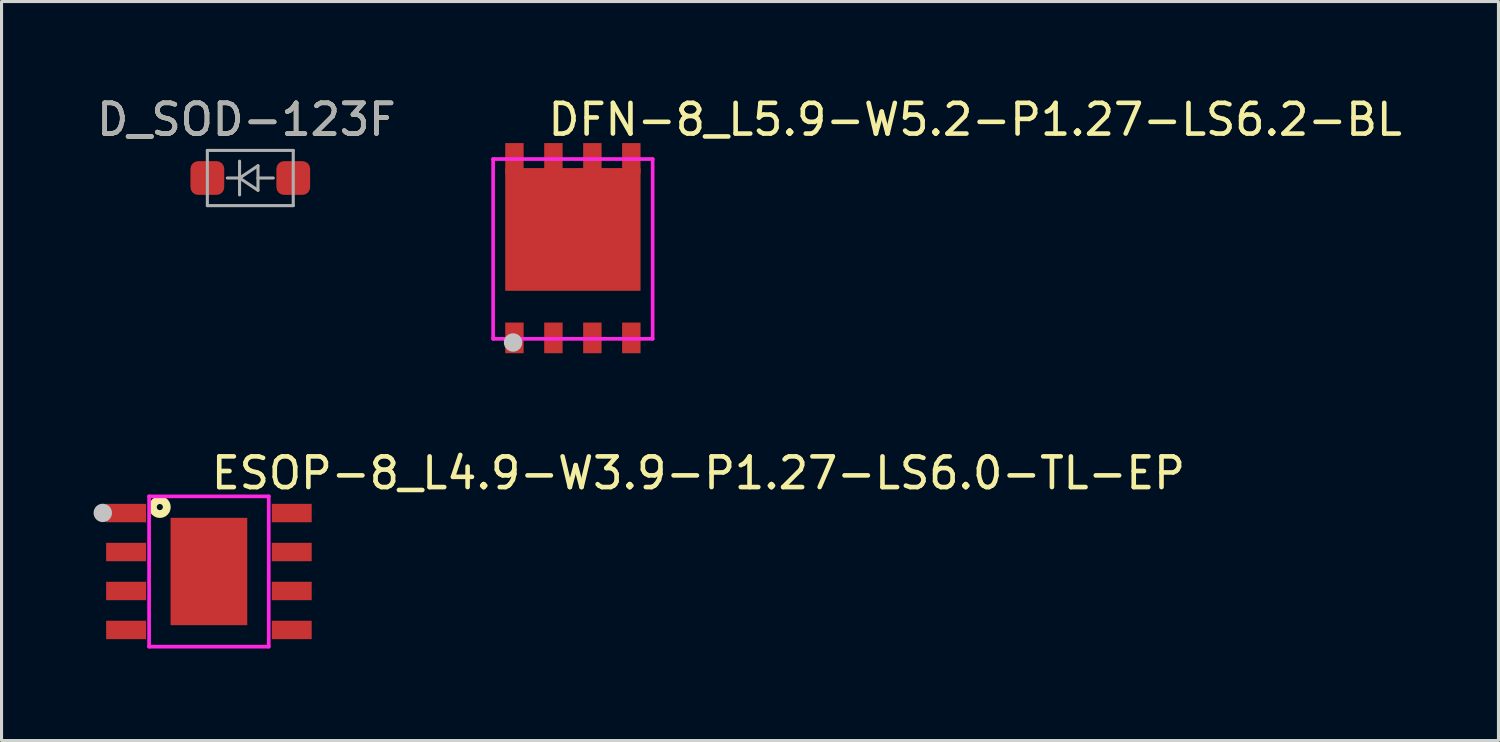
<source format=kicad_pcb>
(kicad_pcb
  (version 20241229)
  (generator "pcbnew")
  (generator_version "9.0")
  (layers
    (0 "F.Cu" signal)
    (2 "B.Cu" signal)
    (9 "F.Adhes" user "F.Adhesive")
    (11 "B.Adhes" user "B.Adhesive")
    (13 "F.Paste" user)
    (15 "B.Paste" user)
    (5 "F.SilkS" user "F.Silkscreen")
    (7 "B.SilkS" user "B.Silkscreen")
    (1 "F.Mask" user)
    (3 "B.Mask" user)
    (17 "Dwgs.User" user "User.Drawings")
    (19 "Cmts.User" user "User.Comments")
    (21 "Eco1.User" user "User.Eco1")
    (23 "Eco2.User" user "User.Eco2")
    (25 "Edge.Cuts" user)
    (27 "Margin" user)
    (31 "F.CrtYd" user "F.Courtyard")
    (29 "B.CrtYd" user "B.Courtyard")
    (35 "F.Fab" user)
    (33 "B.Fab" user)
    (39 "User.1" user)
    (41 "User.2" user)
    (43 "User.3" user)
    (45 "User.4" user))
  (footprint "DFN-8_L5.9-W5.2-P1.27-LS6.2-BL"
    (layer "F.Cu")
    (at 15.624 5.039)
    (property "Reference" "DFN-8_L5.9-W5.2-P1.27-LS6.2-BL" (at -0.889 -4.191 0) (layer "F.SilkS") (effects (font (size 1 1) (thickness 0.15)) (justify left)))
    (attr through_hole)
    (fp_poly (pts (xy -2.205 3.425) (xy -1.605 3.425) (xy -1.605 2.425) (xy -2.205 2.425)) (stroke (width 0.12) (type solid)) (fill yes) (layer "F.Paste"))
    (fp_poly (pts (xy -0.935 3.425) (xy -0.335 3.425) (xy -0.335 2.425) (xy -0.935 2.425)) (stroke (width 0.12) (type solid)) (fill yes) (layer "F.Paste"))
    (fp_poly (pts (xy 0.335 3.425) (xy 0.935 3.425) (xy 0.935 2.425) (xy 0.335 2.425)) (stroke (width 0.12) (type solid)) (fill yes) (layer "F.Paste"))
    (fp_poly (pts (xy 1.605 3.425) (xy 2.205 3.425) (xy 2.205 2.425) (xy 1.605 2.425)) (stroke (width 0.12) (type solid)) (fill yes) (layer "F.Paste"))
    (fp_poly (pts (xy 2.205 -3.425) (xy 1.605 -3.425) (xy 1.605 -2.61) (xy 0.935 -2.61) (xy 0.935 -3.425) (xy 0.335 -3.425) (xy 0.335 -2.61) (xy -0.335 -2.61) (xy -0.335 -3.425) (xy -0.935 -3.425) (xy -0.935 -2.61) (xy -1.605 -2.61) (xy -1.605 -3.425) (xy -2.205 -3.425) (xy -2.205 1.39) (xy 2.205 1.39)) (stroke (width 0.12) (type solid)) (fill yes) (layer "F.Paste"))
    (fp_circle (center -1.95 3.075) (end -1.8 3.075) (stroke (width 0.3) (type solid)) (fill no) (layer "Dwgs.User"))
    (fp_circle (center -2.6 3.075) (end -2.57 3.075) (stroke (width 0.06) (type solid)) (fill no) (layer "Eco2.User"))
    (fp_poly (pts (xy -2.125 1.27) (xy -2.125 -2.55) (xy 2.125 -2.55) (xy 2.125 1.27)) (stroke (width 0.12) (type solid)) (fill no) (layer "Eco2.User"))
    (fp_poly (pts (xy -2.105 -3.075) (xy -1.705 -3.075) (xy -1.705 -2.475) (xy -2.105 -2.475)) (stroke (width 0.12) (type solid)) (fill no) (layer "Eco2.User"))
    (fp_poly (pts (xy -2.105 2.475) (xy -1.705 2.475) (xy -1.705 3.075) (xy -2.105 3.075)) (stroke (width 0.12) (type solid)) (fill no) (layer "Eco2.User"))
    (fp_poly (pts (xy -0.835 -3.075) (xy -0.435 -3.075) (xy -0.435 -2.475) (xy -0.835 -2.475)) (stroke (width 0.12) (type solid)) (fill no) (layer "Eco2.User"))
    (fp_poly (pts (xy -0.835 2.475) (xy -0.435 2.475) (xy -0.435 3.075) (xy -0.835 3.075)) (stroke (width 0.12) (type solid)) (fill no) (layer "Eco2.User"))
    (fp_poly (pts (xy 0.435 -3.075) (xy 0.835 -3.075) (xy 0.835 -2.475) (xy 0.435 -2.475)) (stroke (width 0.12) (type solid)) (fill no) (layer "Eco2.User"))
    (fp_poly (pts (xy 0.435 2.475) (xy 0.835 2.475) (xy 0.835 3.075) (xy 0.435 3.075)) (stroke (width 0.12) (type solid)) (fill no) (layer "Eco2.User"))
    (fp_poly (pts (xy 1.705 -3.075) (xy 2.105 -3.075) (xy 2.105 -2.475) (xy 1.705 -2.475)) (stroke (width 0.12) (type solid)) (fill no) (layer "Eco2.User"))
    (fp_poly (pts (xy 1.705 2.475) (xy 2.105 2.475) (xy 2.105 3.075) (xy 1.705 3.075)) (stroke (width 0.12) (type solid)) (fill no) (layer "Eco2.User"))
    (fp_line (start -2.6 -2.905) (end 2.6 -2.905) (stroke (width 0.12) (type solid)) (layer "F.CrtYd"))
    (fp_line (start -2.6 2.955) (end -2.6 -2.905) (stroke (width 0.12) (type solid)) (layer "F.CrtYd"))
    (fp_line (start 2.6 -2.905) (end 2.6 2.955) (stroke (width 0.12) (type solid)) (layer "F.CrtYd"))
    (fp_line (start 2.6 2.955) (end -2.6 2.955) (stroke (width 0.12) (type solid)) (layer "F.CrtYd"))
    (pad "1" smd rect (at -1.905 2.925) (size 0.6 1) (layers "F.Cu" "F.Mask" "F.Paste"))
    (pad "2" smd rect (at -0.635 2.925) (size 0.6 1) (layers "F.Cu" "F.Mask" "F.Paste"))
    (pad "3" smd rect (at 0.635 2.925) (size 0.6 1) (layers "F.Cu" "F.Mask" "F.Paste"))
    (pad "4" smd rect (at 1.905 2.925) (size 0.6 1) (layers "F.Cu" "F.Mask" "F.Paste"))
    (pad "5" smd rect (at 1.905 -2.925) (size 0.6 1) (layers "F.Cu" "F.Mask" "F.Paste"))
    (pad "6" smd rect (at 0.635 -2.925) (size 0.6 1) (layers "F.Cu" "F.Mask" "F.Paste"))
    (pad "7" smd rect (at -0.635 -2.925) (size 0.6 1) (layers "F.Cu" "F.Mask" "F.Paste"))
    (pad "8" smd rect (at -1.905 -2.925) (size 0.6 1) (layers "F.Cu" "F.Mask" "F.Paste"))
    (pad "9" smd rect (at 0 -0.61) (size 4.41 4) (layers "F.Cu" "F.Mask" "F.Paste")))
  (footprint "D_SOD-123F"
    (layer "F.Cu")
    (at 5.109 2.753)
    (property "Reference" "D_SOD-123F" (at -0.127 -1.905 0) (layer "F.SilkS") (effects (font (size 1 1) (thickness 0.15))))
    (attr smd)
    (fp_line (start -1.4 -0.9) (end 1.4 -0.9) (stroke (width 0.1) (type solid)) (layer "F.Fab"))
    (fp_line (start -1.4 0.9) (end -1.4 -0.9) (stroke (width 0.1) (type solid)) (layer "F.Fab"))
    (fp_line (start -0.75 0) (end -0.35 0) (stroke (width 0.1) (type solid)) (layer "F.Fab"))
    (fp_line (start -0.35 0) (end -0.35 -0.55) (stroke (width 0.1) (type solid)) (layer "F.Fab"))
    (fp_line (start -0.35 0) (end -0.35 0.55) (stroke (width 0.1) (type solid)) (layer "F.Fab"))
    (fp_line (start -0.35 0) (end 0.25 -0.4) (stroke (width 0.1) (type solid)) (layer "F.Fab"))
    (fp_line (start 0.25 -0.4) (end 0.25 0.4) (stroke (width 0.1) (type solid)) (layer "F.Fab"))
    (fp_line (start 0.25 0) (end 0.75 0) (stroke (width 0.1) (type solid)) (layer "F.Fab"))
    (fp_line (start 0.25 0.4) (end -0.35 0) (stroke (width 0.1) (type solid)) (layer "F.Fab"))
    (fp_line (start 1.4 -0.9) (end 1.4 0.9) (stroke (width 0.1) (type solid)) (layer "F.Fab"))
    (fp_line (start 1.4 0.9) (end -1.4 0.9) (stroke (width 0.1) (type solid)) (layer "F.Fab"))
    (fp_text user "${REFERENCE}" (at -0.127 -1.905 0) (layer "F.Fab") (effects (font (size 1 1) (thickness 0.15))))
    (pad "1" smd roundrect (at -1.4 0) (size 1.1 1.1) (layers "F.Cu" "F.Mask" "F.Paste") (roundrect_rratio 0.227))
    (pad "2" smd roundrect (at 1.4 0) (size 1.1 1.1) (layers "F.Cu" "F.Mask" "F.Paste") (roundrect_rratio 0.227)))
  (footprint "ESOP-8_L4.9-W3.9-P1.27-LS6.0-TL-EP"
    (layer "F.Cu")
    (at 3.76 15.579)
    (property "Reference" "ESOP-8_L4.9-W3.9-P1.27-LS6.0-TL-EP" (at 0 -3.207 0) (layer "F.SilkS") (effects (font (size 1 1) (thickness 0.15)) (justify left)))
    (attr through_hole)
    (fp_circle (center -1.6 -2.1) (end -1.5 -2.1) (stroke (width 0.254) (type solid)) (fill no) (layer "F.SilkS"))
    (fp_circle (center -3.46 -1.91) (end -3.31 -1.91) (stroke (width 0.3) (type solid)) (fill no) (layer "Dwgs.User"))
    (fp_line (start -2.175 -2.115) (end -1.94 -2.115) (stroke (width 0.12) (type solid)) (layer "Eco2.User"))
    (fp_line (start -2.175 -1.695) (end -2.175 -2.115) (stroke (width 0.12) (type solid)) (layer "Eco2.User"))
    (fp_line (start -2.175 -0.845) (end -1.94 -0.845) (stroke (width 0.12) (type solid)) (layer "Eco2.User"))
    (fp_line (start -2.175 -0.425) (end -2.175 -0.845) (stroke (width 0.12) (type solid)) (layer "Eco2.User"))
    (fp_line (start -2.175 0.425) (end -1.94 0.425) (stroke (width 0.12) (type solid)) (layer "Eco2.User"))
    (fp_line (start -2.175 0.845) (end -2.175 0.425) (stroke (width 0.12) (type solid)) (layer "Eco2.User"))
    (fp_line (start -2.175 1.695) (end -1.94 1.695) (stroke (width 0.12) (type solid)) (layer "Eco2.User"))
    (fp_line (start -2.175 2.115) (end -2.175 1.695) (stroke (width 0.12) (type solid)) (layer "Eco2.User"))
    (fp_line (start -1.94 -2.115) (end -1.94 -1.695) (stroke (width 0.12) (type solid)) (layer "Eco2.User"))
    (fp_line (start -1.94 -1.695) (end -2.175 -1.695) (stroke (width 0.12) (type solid)) (layer "Eco2.User"))
    (fp_line (start -1.94 -0.845) (end -1.94 -0.425) (stroke (width 0.12) (type solid)) (layer "Eco2.User"))
    (fp_line (start -1.94 -0.425) (end -2.175 -0.425) (stroke (width 0.12) (type solid)) (layer "Eco2.User"))
    (fp_line (start -1.94 0.425) (end -1.94 0.845) (stroke (width 0.12) (type solid)) (layer "Eco2.User"))
    (fp_line (start -1.94 0.845) (end -2.175 0.845) (stroke (width 0.12) (type solid)) (layer "Eco2.User"))
    (fp_line (start -1.94 1.695) (end -1.94 2.115) (stroke (width 0.12) (type solid)) (layer "Eco2.User"))
    (fp_line (start -1.94 2.115) (end -2.175 2.115) (stroke (width 0.12) (type solid)) (layer "Eco2.User"))
    (fp_line (start 1.94 -2.115) (end 2.175 -2.115) (stroke (width 0.12) (type solid)) (layer "Eco2.User"))
    (fp_line (start 1.94 -1.695) (end 1.94 -2.115) (stroke (width 0.12) (type solid)) (layer "Eco2.User"))
    (fp_line (start 1.94 -0.845) (end 2.175 -0.845) (stroke (width 0.12) (type solid)) (layer "Eco2.User"))
    (fp_line (start 1.94 -0.425) (end 1.94 -0.845) (stroke (width 0.12) (type solid)) (layer "Eco2.User"))
    (fp_line (start 1.94 0.425) (end 2.175 0.425) (stroke (width 0.12) (type solid)) (layer "Eco2.User"))
    (fp_line (start 1.94 0.845) (end 1.94 0.425) (stroke (width 0.12) (type solid)) (layer "Eco2.User"))
    (fp_line (start 1.94 1.695) (end 2.175 1.695) (stroke (width 0.12) (type solid)) (layer "Eco2.User"))
    (fp_line (start 1.94 2.115) (end 1.94 1.695) (stroke (width 0.12) (type solid)) (layer "Eco2.User"))
    (fp_line (start 2.175 -2.115) (end 2.175 -1.695) (stroke (width 0.12) (type solid)) (layer "Eco2.User"))
    (fp_line (start 2.175 -1.695) (end 1.94 -1.695) (stroke (width 0.12) (type solid)) (layer "Eco2.User"))
    (fp_line (start 2.175 -0.845) (end 2.175 -0.425) (stroke (width 0.12) (type solid)) (layer "Eco2.User"))
    (fp_line (start 2.175 -0.425) (end 1.94 -0.425) (stroke (width 0.12) (type solid)) (layer "Eco2.User"))
    (fp_line (start 2.175 0.425) (end 2.175 0.845) (stroke (width 0.12) (type solid)) (layer "Eco2.User"))
    (fp_line (start 2.175 0.845) (end 1.94 0.845) (stroke (width 0.12) (type solid)) (layer "Eco2.User"))
    (fp_line (start 2.175 1.695) (end 2.175 2.115) (stroke (width 0.12) (type solid)) (layer "Eco2.User"))
    (fp_line (start 2.175 2.115) (end 1.94 2.115) (stroke (width 0.12) (type solid)) (layer "Eco2.User"))
    (fp_circle (center -3 -2.45) (end -2.97 -2.45) (stroke (width 0.06) (type solid)) (fill no) (layer "Eco2.User"))
    (fp_poly (pts (xy -3 -2.115) (xy -2.165 -2.115) (xy -2.165 -1.695) (xy -3 -1.695)) (stroke (width 0.12) (type solid)) (fill no) (layer "Eco2.User"))
    (fp_poly (pts (xy -3 -0.845) (xy -2.165 -0.845) (xy -2.165 -0.425) (xy -3 -0.425)) (stroke (width 0.12) (type solid)) (fill no) (layer "Eco2.User"))
    (fp_poly (pts (xy -3 0.425) (xy -2.165 0.425) (xy -2.165 0.845) (xy -3 0.845)) (stroke (width 0.12) (type solid)) (fill no) (layer "Eco2.User"))
    (fp_poly (pts (xy -3 1.695) (xy -2.165 1.695) (xy -2.165 2.115) (xy -3 2.115)) (stroke (width 0.12) (type solid)) (fill no) (layer "Eco2.User"))
    (fp_poly (pts (xy -1.206 1.65) (xy -1.206 -1.65) (xy 1.207 -1.65) (xy 1.207 1.65)) (stroke (width 0.12) (type solid)) (fill no) (layer "Eco2.User"))
    (fp_poly (pts (xy 2.165 -2.115) (xy 3 -2.115) (xy 3 -1.695) (xy 2.165 -1.695)) (stroke (width 0.12) (type solid)) (fill no) (layer "Eco2.User"))
    (fp_poly (pts (xy 2.165 -0.845) (xy 3 -0.845) (xy 3 -0.425) (xy 2.165 -0.425)) (stroke (width 0.12) (type solid)) (fill no) (layer "Eco2.User"))
    (fp_poly (pts (xy 2.165 0.425) (xy 3 0.425) (xy 3 0.845) (xy 2.165 0.845)) (stroke (width 0.12) (type solid)) (fill no) (layer "Eco2.User"))
    (fp_poly (pts (xy 2.165 1.695) (xy 3 1.695) (xy 3 2.115) (xy 2.165 2.115)) (stroke (width 0.12) (type solid)) (fill no) (layer "Eco2.User"))
    (fp_line (start -1.95 -2.45) (end 1.95 -2.45) (stroke (width 0.12) (type solid)) (layer "F.CrtYd"))
    (fp_line (start -1.95 2.45) (end -1.95 -2.45) (stroke (width 0.12) (type solid)) (layer "F.CrtYd"))
    (fp_line (start 1.95 -2.45) (end 1.95 2.45) (stroke (width 0.12) (type solid)) (layer "F.CrtYd"))
    (fp_line (start 1.95 2.45) (end -1.95 2.45) (stroke (width 0.12) (type solid)) (layer "F.CrtYd"))
    (pad "1" smd rect (at -2.7 -1.905) (size 1.3 0.6) (layers "F.Cu" "F.Mask" "F.Paste"))
    (pad "2" smd rect (at -2.7 -0.635) (size 1.3 0.6) (layers "F.Cu" "F.Mask" "F.Paste"))
    (pad "3" smd rect (at -2.7 0.635) (size 1.3 0.6) (layers "F.Cu" "F.Mask" "F.Paste"))
    (pad "4" smd rect (at -2.7 1.905) (size 1.3 0.6) (layers "F.Cu" "F.Mask" "F.Paste"))
    (pad "5" smd rect (at 2.7 1.905) (size 1.3 0.6) (layers "F.Cu" "F.Mask" "F.Paste"))
    (pad "6" smd rect (at 2.7 0.635) (size 1.3 0.6) (layers "F.Cu" "F.Mask" "F.Paste"))
    (pad "7" smd rect (at 2.7 -0.635) (size 1.3 0.6) (layers "F.Cu" "F.Mask" "F.Paste"))
    (pad "8" smd rect (at 2.7 -1.905) (size 1.3 0.6) (layers "F.Cu" "F.Mask" "F.Paste"))
    (pad "9" smd rect (at 0 0) (size 2.5 3.5) (layers "F.Cu" "F.Mask" "F.Paste")))
  (gr_rect
    (start -3 -3)
    (end 45.795 21.09)
    (stroke (width 0.1) (type default))
    (fill no)
    (layer "Edge.Cuts")))
</source>
